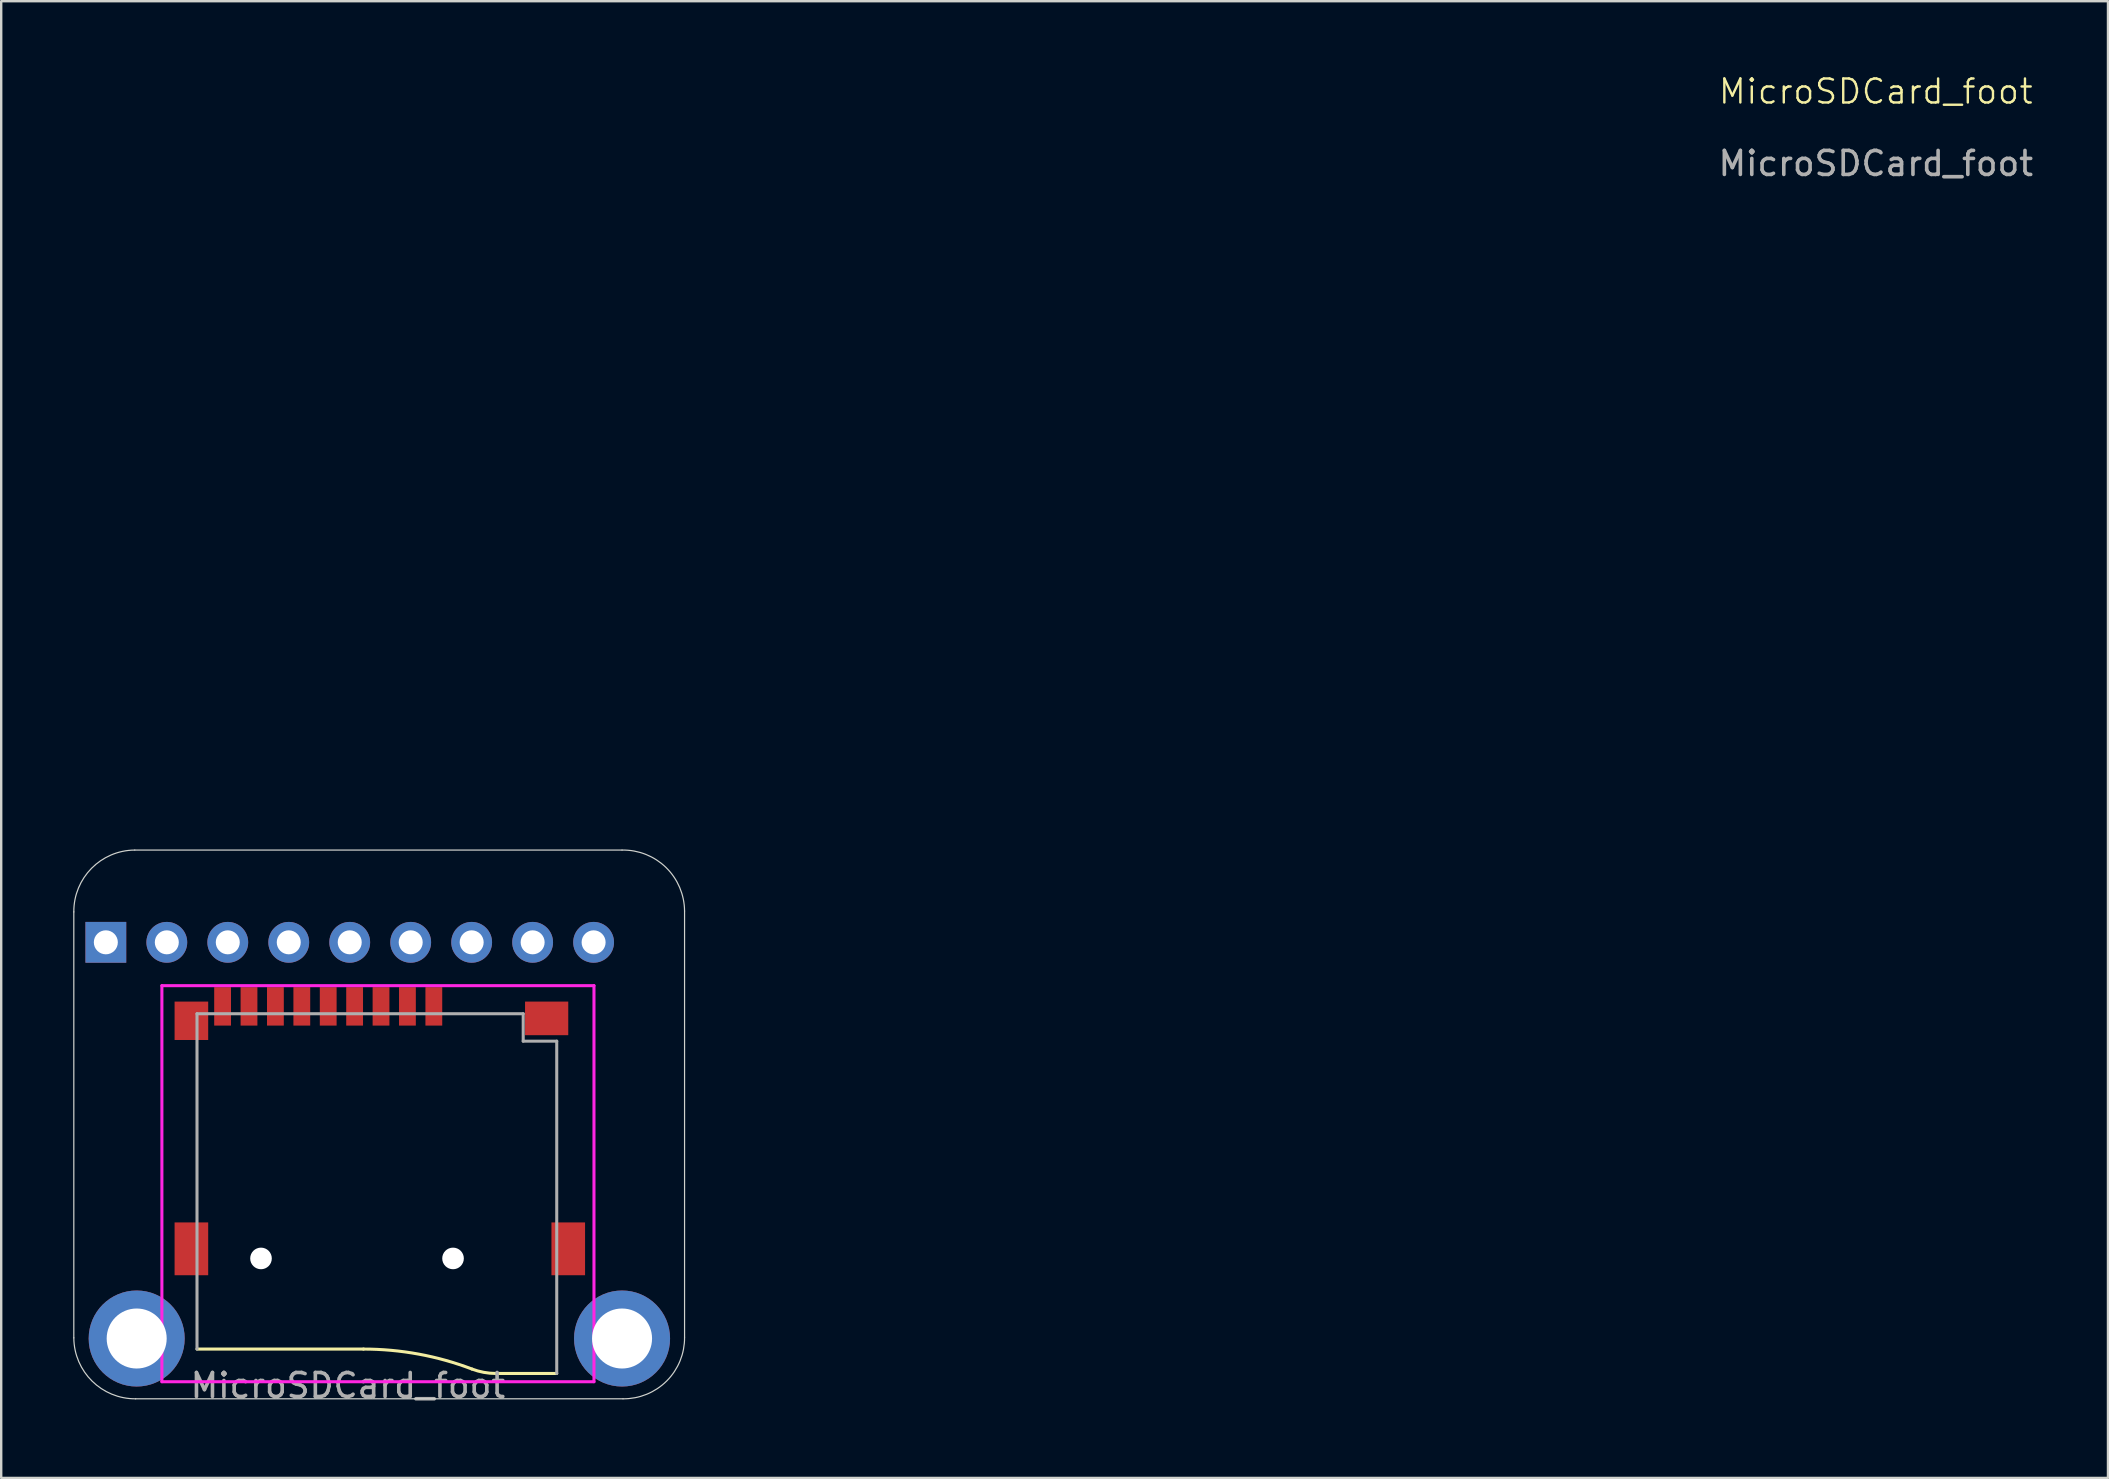
<source format=kicad_pcb>
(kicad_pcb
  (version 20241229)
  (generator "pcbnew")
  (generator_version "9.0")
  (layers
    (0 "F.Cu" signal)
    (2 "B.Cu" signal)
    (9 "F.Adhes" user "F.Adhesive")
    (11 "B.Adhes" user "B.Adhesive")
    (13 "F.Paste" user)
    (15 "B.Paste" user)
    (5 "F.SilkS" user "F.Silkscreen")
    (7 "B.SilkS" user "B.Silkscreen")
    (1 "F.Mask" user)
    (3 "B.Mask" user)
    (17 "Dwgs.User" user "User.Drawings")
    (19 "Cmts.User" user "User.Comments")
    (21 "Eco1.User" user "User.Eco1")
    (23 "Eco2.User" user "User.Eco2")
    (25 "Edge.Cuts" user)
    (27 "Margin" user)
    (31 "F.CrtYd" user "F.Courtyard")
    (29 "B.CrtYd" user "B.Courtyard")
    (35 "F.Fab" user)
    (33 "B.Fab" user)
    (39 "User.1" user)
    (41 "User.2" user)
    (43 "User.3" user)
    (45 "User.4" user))
  (footprint "MicroSDCard_foot"
    (layer "F.Cu")
    (at 11.894 44.761)
    (property "Reference" "MicroSDCard_foot" (at 63.2 -44 0) (unlocked yes) (layer "F.SilkS") (effects (font (size 1 1) (thickness 0.1))))
    (attr smd)
    (fp_line (start 0.197 8.39) (end -6.737 8.39) (stroke (width 0.127) (type solid)) (layer "F.SilkS"))
    (fp_line (start 8.249 9.406) (end 5.718 9.406) (stroke (width 0.127) (type solid)) (layer "F.SilkS"))
    (fp_arc (start 0.1969 8.39) (mid 2.495408 8.599737) (end 4.718 9.222) (stroke (width 0.127) (type solid)) (layer "F.SilkS"))
    (fp_arc (start 5.7179 9.406) (mid 5.209554 9.359621) (end 4.718 9.222) (stroke (width 0.127) (type solid)) (layer "F.SilkS"))
    (fp_line (start -11.869 7.922) (end -11.869 -9.822) (stroke (width 0.05) (type default)) (layer "Edge.Cuts"))
    (fp_line (start -9.329 -12.398) (end 10.97 -12.398) (stroke (width 0.05) (type default)) (layer "Edge.Cuts"))
    (fp_line (start 11.01 10.462) (end -9.293 10.462) (stroke (width 0.05) (type default)) (layer "Edge.Cuts"))
    (fp_line (start 13.574 7.897) (end 13.574 -9.858) (stroke (width 0.05) (type default)) (layer "Edge.Cuts"))
    (fp_arc (start -11.868513 -9.82196) (mid -11.132106 -11.635943) (end -9.328772 -12.398053) (stroke (width 0.05) (type default)) (layer "Edge.Cuts"))
    (fp_arc (start -9.292679 10.461686) (mid -11.10668 9.725298) (end -11.868772 7.921945) (stroke (width 0.05) (type default)) (layer "Edge.Cuts"))
    (fp_arc (start 10.96958 -12.398053) (mid 12.801866 -11.67176) (end 13.573996 -9.858312) (stroke (width 0.05) (type default)) (layer "Edge.Cuts"))
    (fp_arc (start 13.573996 7.89727) (mid 12.83058 9.71827) (end 11.00958 10.461686) (stroke (width 0.05) (type default)) (layer "Edge.Cuts"))
    (fp_line (start -8.2 -6.75) (end 9.8 -6.75) (stroke (width 0.127) (type solid)) (layer "F.CrtYd"))
    (fp_line (start -8.2 9.75) (end -8.2 -6.75) (stroke (width 0.127) (type solid)) (layer "F.CrtYd"))
    (fp_line (start 9.8 -6.75) (end 9.8 9.75) (stroke (width 0.127) (type solid)) (layer "F.CrtYd"))
    (fp_line (start 9.8 9.75) (end -8.2 9.75) (stroke (width 0.127) (type solid)) (layer "F.CrtYd"))
    (fp_line (start -6.737 -5.58) (end 6.852 -5.58) (stroke (width 0.127) (type solid)) (layer "F.Fab"))
    (fp_line (start -6.737 8.39) (end -6.737 -5.58) (stroke (width 0.127) (type solid)) (layer "F.Fab"))
    (fp_line (start 6.852 -5.58) (end 6.852 -4.437) (stroke (width 0.127) (type solid)) (layer "F.Fab"))
    (fp_line (start 6.852 -4.437) (end 8.249 -4.437) (stroke (width 0.127) (type solid)) (layer "F.Fab"))
    (fp_line (start 8.249 -4.437) (end 8.249 9.406) (stroke (width 0.127) (type solid)) (layer "F.Fab"))
    (fp_text user "${REFERENCE}" (at -0.45 9.91 180) (layer "F.Fab") (effects (font (size 1 1) (thickness 0.15))))
    (fp_text user "${REFERENCE}" (at 63.2 -41 0) (unlocked yes) (layer "F.Fab") (effects (font (size 1 1) (thickness 0.15))))
    (pad "" np_thru_hole circle (at -4.071 4.614) (size 0.9 0.9) (drill 0.9) (layers "*.Cu" "*.Mask"))
    (pad "" np_thru_hole circle (at 3.929 4.614) (size 0.9 0.9) (drill 0.9) (layers "*.Cu" "*.Mask"))
    (pad "1" thru_hole rect (at -10.535 -8.555 90) (size 1.7 1.7) (drill 1) (layers "*.Cu" "*.Mask"))
    (pad "1" thru_hole circle (at -9.25 7.95) (size 4 4) (drill 2.5) (layers "*.Cu" "*.Mask"))
    (pad "1" smd rect (at 3.129 -5.886) (size 0.7 1.6) (layers "F.Cu" "F.Mask" "F.Paste"))
    (pad "1" thru_hole circle (at 10.97 7.95) (size 4 4) (drill 2.5) (layers "*.Cu" "*.Mask"))
    (pad "2" thru_hole oval (at -7.995 -8.555 90) (size 1.7 1.7) (drill 1) (layers "*.Cu" "*.Mask"))
    (pad "2" smd rect (at 2.029 -5.886) (size 0.7 1.6) (layers "F.Cu" "F.Mask" "F.Paste"))
    (pad "3" thru_hole oval (at -5.455 -8.555 90) (size 1.7 1.7) (drill 1) (layers "*.Cu" "*.Mask"))
    (pad "3" smd rect (at 0.929 -5.886) (size 0.7 1.6) (layers "F.Cu" "F.Mask" "F.Paste"))
    (pad "4" thru_hole oval (at -2.915 -8.555 90) (size 1.7 1.7) (drill 1) (layers "*.Cu" "*.Mask"))
    (pad "4" smd rect (at -0.171 -5.886) (size 0.7 1.6) (layers "F.Cu" "F.Mask" "F.Paste"))
    (pad "5" smd rect (at -1.271 -5.886) (size 0.7 1.6) (layers "F.Cu" "F.Mask" "F.Paste"))
    (pad "5" thru_hole oval (at -0.375 -8.555 90) (size 1.7 1.7) (drill 1) (layers "*.Cu" "*.Mask"))
    (pad "6" smd rect (at -2.371 -5.886) (size 0.7 1.6) (layers "F.Cu" "F.Mask" "F.Paste"))
    (pad "6" thru_hole oval (at 2.165 -8.555 90) (size 1.7 1.7) (drill 1) (layers "*.Cu" "*.Mask"))
    (pad "7" smd rect (at -3.471 -5.886) (size 0.7 1.6) (layers "F.Cu" "F.Mask" "F.Paste"))
    (pad "7" thru_hole oval (at 4.705 -8.555 90) (size 1.7 1.7) (drill 1) (layers "*.Cu" "*.Mask"))
    (pad "8" smd rect (at -4.571 -5.886) (size 0.7 1.6) (layers "F.Cu" "F.Mask" "F.Paste"))
    (pad "8" thru_hole oval (at 7.245 -8.555 90) (size 1.7 1.7) (drill 1) (layers "*.Cu" "*.Mask"))
    (pad "9" smd rect (at -5.671 -5.886) (size 0.7 1.6) (layers "F.Cu" "F.Mask" "F.Paste"))
    (pad "9" thru_hole oval (at 9.785 -8.555 90) (size 1.7 1.7) (drill 1) (layers "*.Cu" "*.Mask"))
    (pad "10" smd rect (at -6.971 -5.286) (size 1.4 1.6) (layers "F.Cu" "F.Mask" "F.Paste"))
    (pad "10" smd rect (at -6.971 4.214) (size 1.4 2.2) (layers "F.Cu" "F.Mask" "F.Paste"))
    (pad "10" smd rect (at 7.829 -5.386) (size 1.8 1.4) (layers "F.Cu" "F.Mask" "F.Paste"))
    (pad "10" smd rect (at 8.729 4.214) (size 1.4 2.2) (layers "F.Cu" "F.Mask" "F.Paste")))
  (gr_rect
    (start -3 -3)
    (end 84.766 58.519)
    (stroke (width 0.1) (type default))
    (fill no)
    (layer "Edge.Cuts")))
</source>
